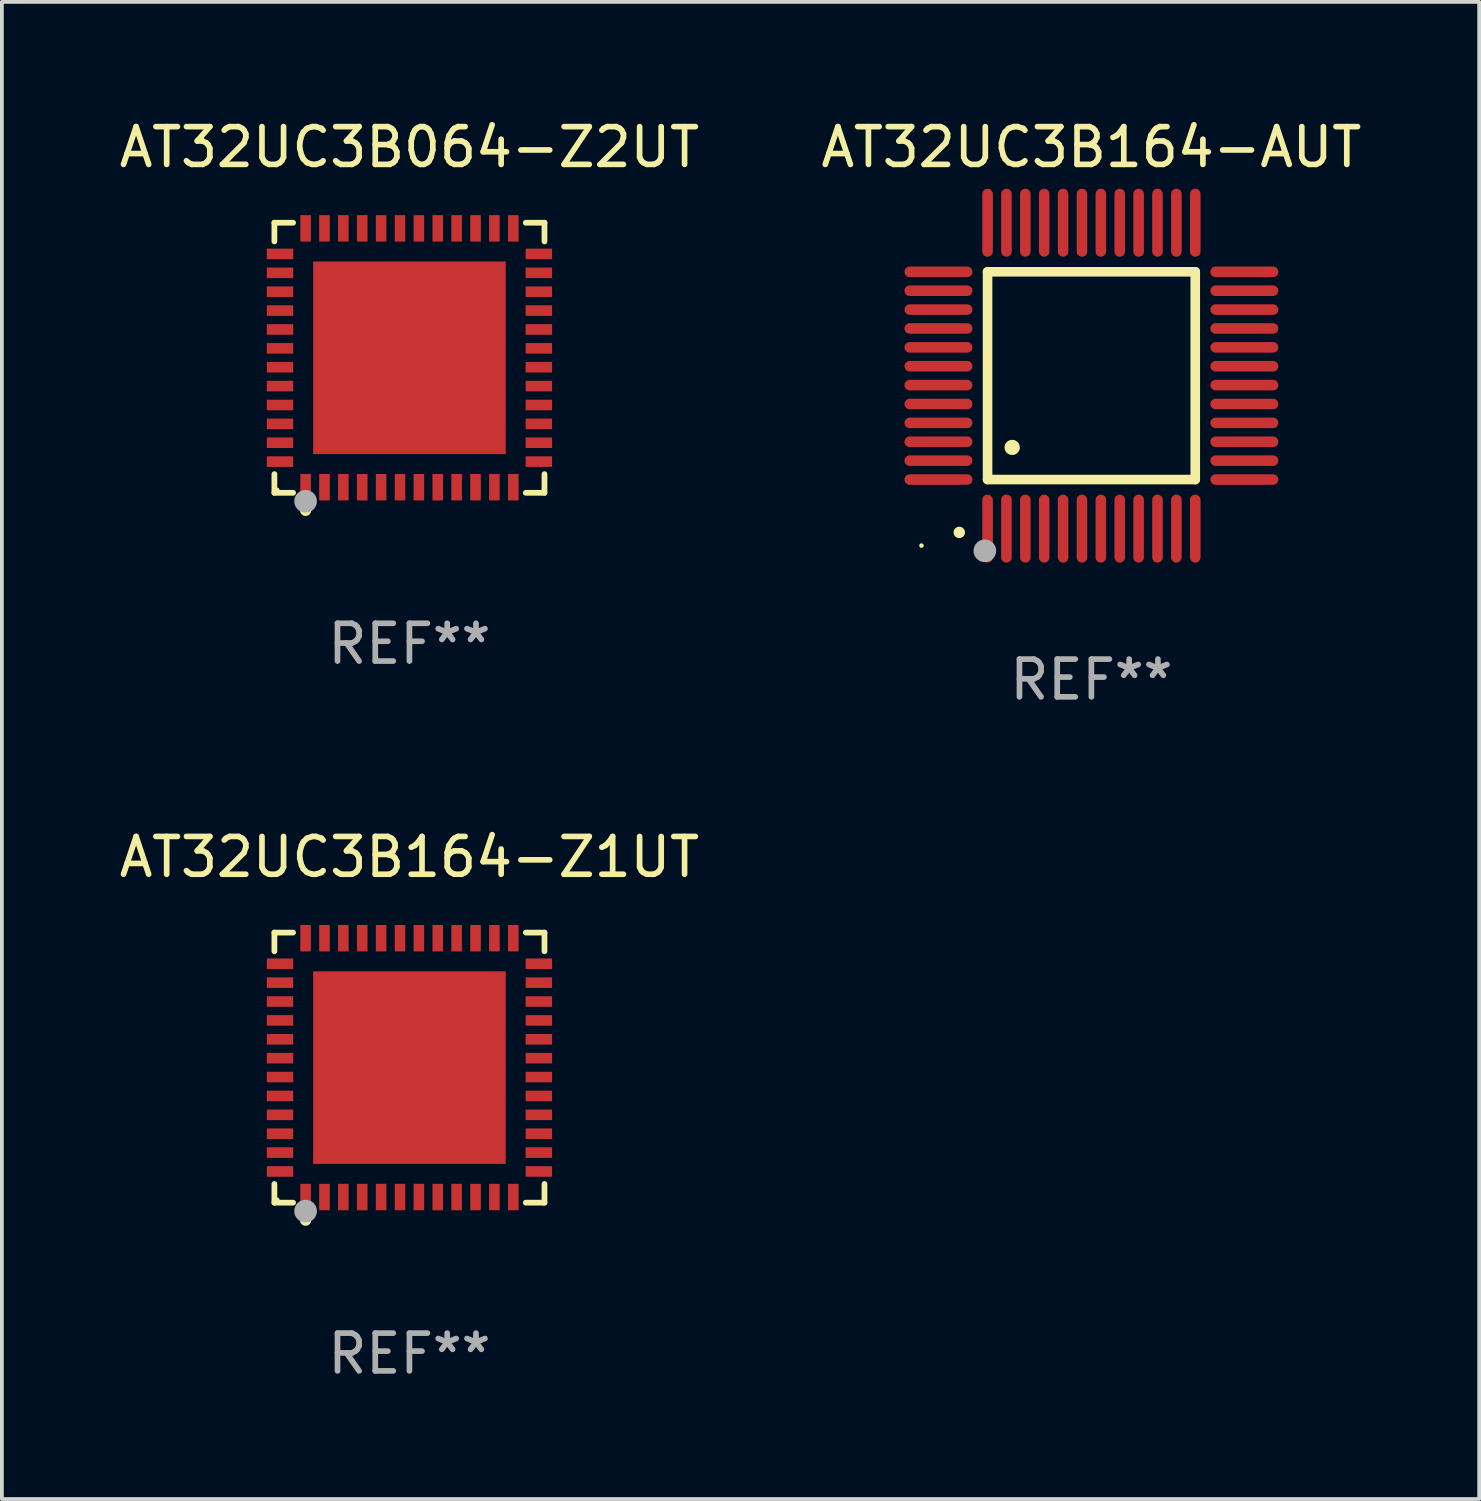
<source format=kicad_pcb>
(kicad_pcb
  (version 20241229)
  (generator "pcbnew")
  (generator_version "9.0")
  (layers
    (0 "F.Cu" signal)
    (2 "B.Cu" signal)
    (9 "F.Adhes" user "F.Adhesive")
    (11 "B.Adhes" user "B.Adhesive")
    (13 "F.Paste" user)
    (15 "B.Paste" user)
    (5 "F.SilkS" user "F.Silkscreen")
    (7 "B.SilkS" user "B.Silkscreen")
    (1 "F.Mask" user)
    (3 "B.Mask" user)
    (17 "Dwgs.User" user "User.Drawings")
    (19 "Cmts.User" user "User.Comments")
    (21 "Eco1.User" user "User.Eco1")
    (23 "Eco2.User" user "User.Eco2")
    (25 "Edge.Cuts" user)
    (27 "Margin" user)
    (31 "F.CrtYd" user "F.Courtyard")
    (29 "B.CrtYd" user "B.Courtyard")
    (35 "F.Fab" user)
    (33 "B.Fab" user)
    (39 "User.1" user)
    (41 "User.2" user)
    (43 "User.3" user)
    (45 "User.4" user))
  (footprint "AT32UC3B064-Z2UT"
    (layer "F.Cu")
    (at 7.792 6.424)
    (property "Reference" "AT32UC3B064-Z2UT" (at 0 -5.576 0) (layer "F.SilkS") (effects (font (size 1 1) (thickness 0.15))))
    (attr through_hole)
    (fp_line (start -3.576 -3.576) (end -3.081 -3.576) (stroke (width 0.152) (type solid)) (layer "F.SilkS"))
    (fp_line (start -3.576 -3.081) (end -3.576 -3.576) (stroke (width 0.152) (type solid)) (layer "F.SilkS"))
    (fp_line (start -3.576 3.081) (end -3.576 3.576) (stroke (width 0.152) (type solid)) (layer "F.SilkS"))
    (fp_line (start -3.576 3.576) (end -3.081 3.576) (stroke (width 0.152) (type solid)) (layer "F.SilkS"))
    (fp_line (start 3.576 -3.576) (end 3.081 -3.576) (stroke (width 0.152) (type solid)) (layer "F.SilkS"))
    (fp_line (start 3.576 -3.081) (end 3.576 -3.576) (stroke (width 0.152) (type solid)) (layer "F.SilkS"))
    (fp_line (start 3.576 3.081) (end 3.576 3.576) (stroke (width 0.152) (type solid)) (layer "F.SilkS"))
    (fp_line (start 3.576 3.576) (end 3.081 3.576) (stroke (width 0.152) (type solid)) (layer "F.SilkS"))
    (fp_circle (center -3.5 3.5) (end -3.47 3.5) (stroke (width 0.06) (type solid)) (fill no) (layer "F.SilkS"))
    (fp_circle (center -2.75 4.04) (end -2.675 4.04) (stroke (width 0.15) (type solid)) (fill no) (layer "F.SilkS"))
    (fp_circle (center -2.75 3.8) (end -2.6 3.8) (stroke (width 0.3) (type solid)) (fill no) (layer "F.Fab"))
    (fp_text user "REF**" (at 0 7.576 0) (layer "F.Fab") (effects (font (size 1 1) (thickness 0.15))))
    (pad "1" smd rect (at -2.75 3.427) (size 0.28 0.7) (layers "F.Cu" "F.Mask" "F.Paste"))
    (pad "2" smd rect (at -2.25 3.427) (size 0.28 0.7) (layers "F.Cu" "F.Mask" "F.Paste"))
    (pad "3" smd rect (at -1.75 3.427) (size 0.28 0.7) (layers "F.Cu" "F.Mask" "F.Paste"))
    (pad "4" smd rect (at -1.25 3.427) (size 0.28 0.7) (layers "F.Cu" "F.Mask" "F.Paste"))
    (pad "5" smd rect (at -0.75 3.427) (size 0.28 0.7) (layers "F.Cu" "F.Mask" "F.Paste"))
    (pad "6" smd rect (at -0.25 3.427) (size 0.28 0.7) (layers "F.Cu" "F.Mask" "F.Paste"))
    (pad "7" smd rect (at 0.25 3.427) (size 0.28 0.7) (layers "F.Cu" "F.Mask" "F.Paste"))
    (pad "8" smd rect (at 0.75 3.427) (size 0.28 0.7) (layers "F.Cu" "F.Mask" "F.Paste"))
    (pad "9" smd rect (at 1.25 3.427) (size 0.28 0.7) (layers "F.Cu" "F.Mask" "F.Paste"))
    (pad "10" smd rect (at 1.75 3.427) (size 0.28 0.7) (layers "F.Cu" "F.Mask" "F.Paste"))
    (pad "11" smd rect (at 2.25 3.427) (size 0.28 0.7) (layers "F.Cu" "F.Mask" "F.Paste"))
    (pad "12" smd rect (at 2.75 3.427) (size 0.28 0.7) (layers "F.Cu" "F.Mask" "F.Paste"))
    (pad "13" smd rect (at 3.427 2.75) (size 0.7 0.28) (layers "F.Cu" "F.Mask" "F.Paste"))
    (pad "14" smd rect (at 3.427 2.25) (size 0.7 0.28) (layers "F.Cu" "F.Mask" "F.Paste"))
    (pad "15" smd rect (at 3.427 1.75) (size 0.7 0.28) (layers "F.Cu" "F.Mask" "F.Paste"))
    (pad "16" smd rect (at 3.427 1.25) (size 0.7 0.28) (layers "F.Cu" "F.Mask" "F.Paste"))
    (pad "17" smd rect (at 3.427 0.75) (size 0.7 0.28) (layers "F.Cu" "F.Mask" "F.Paste"))
    (pad "18" smd rect (at 3.427 0.25) (size 0.7 0.28) (layers "F.Cu" "F.Mask" "F.Paste"))
    (pad "19" smd rect (at 3.427 -0.25) (size 0.7 0.28) (layers "F.Cu" "F.Mask" "F.Paste"))
    (pad "20" smd rect (at 3.427 -0.75) (size 0.7 0.28) (layers "F.Cu" "F.Mask" "F.Paste"))
    (pad "21" smd rect (at 3.427 -1.25) (size 0.7 0.28) (layers "F.Cu" "F.Mask" "F.Paste"))
    (pad "22" smd rect (at 3.427 -1.75) (size 0.7 0.28) (layers "F.Cu" "F.Mask" "F.Paste"))
    (pad "23" smd rect (at 3.427 -2.25) (size 0.7 0.28) (layers "F.Cu" "F.Mask" "F.Paste"))
    (pad "24" smd rect (at 3.427 -2.75) (size 0.7 0.28) (layers "F.Cu" "F.Mask" "F.Paste"))
    (pad "25" smd rect (at 2.75 -3.427) (size 0.28 0.7) (layers "F.Cu" "F.Mask" "F.Paste"))
    (pad "26" smd rect (at 2.25 -3.427) (size 0.28 0.7) (layers "F.Cu" "F.Mask" "F.Paste"))
    (pad "27" smd rect (at 1.75 -3.427) (size 0.28 0.7) (layers "F.Cu" "F.Mask" "F.Paste"))
    (pad "28" smd rect (at 1.25 -3.427) (size 0.28 0.7) (layers "F.Cu" "F.Mask" "F.Paste"))
    (pad "29" smd rect (at 0.75 -3.427) (size 0.28 0.7) (layers "F.Cu" "F.Mask" "F.Paste"))
    (pad "30" smd rect (at 0.25 -3.427) (size 0.28 0.7) (layers "F.Cu" "F.Mask" "F.Paste"))
    (pad "31" smd rect (at -0.25 -3.427) (size 0.28 0.7) (layers "F.Cu" "F.Mask" "F.Paste"))
    (pad "32" smd rect (at -0.75 -3.427) (size 0.28 0.7) (layers "F.Cu" "F.Mask" "F.Paste"))
    (pad "33" smd rect (at -1.25 -3.427) (size 0.28 0.7) (layers "F.Cu" "F.Mask" "F.Paste"))
    (pad "34" smd rect (at -1.75 -3.427) (size 0.28 0.7) (layers "F.Cu" "F.Mask" "F.Paste"))
    (pad "35" smd rect (at -2.25 -3.427) (size 0.28 0.7) (layers "F.Cu" "F.Mask" "F.Paste"))
    (pad "36" smd rect (at -2.75 -3.427) (size 0.28 0.7) (layers "F.Cu" "F.Mask" "F.Paste"))
    (pad "37" smd rect (at -3.427 -2.75) (size 0.7 0.28) (layers "F.Cu" "F.Mask" "F.Paste"))
    (pad "38" smd rect (at -3.427 -2.25) (size 0.7 0.28) (layers "F.Cu" "F.Mask" "F.Paste"))
    (pad "39" smd rect (at -3.427 -1.75) (size 0.7 0.28) (layers "F.Cu" "F.Mask" "F.Paste"))
    (pad "40" smd rect (at -3.427 -1.25) (size 0.7 0.28) (layers "F.Cu" "F.Mask" "F.Paste"))
    (pad "41" smd rect (at -3.427 -0.75) (size 0.7 0.28) (layers "F.Cu" "F.Mask" "F.Paste"))
    (pad "42" smd rect (at -3.427 -0.25) (size 0.7 0.28) (layers "F.Cu" "F.Mask" "F.Paste"))
    (pad "43" smd rect (at -3.427 0.25) (size 0.7 0.28) (layers "F.Cu" "F.Mask" "F.Paste"))
    (pad "44" smd rect (at -3.427 0.75) (size 0.7 0.28) (layers "F.Cu" "F.Mask" "F.Paste"))
    (pad "45" smd rect (at -3.427 1.25) (size 0.7 0.28) (layers "F.Cu" "F.Mask" "F.Paste"))
    (pad "46" smd rect (at -3.427 1.75) (size 0.7 0.28) (layers "F.Cu" "F.Mask" "F.Paste"))
    (pad "47" smd rect (at -3.427 2.25) (size 0.7 0.28) (layers "F.Cu" "F.Mask" "F.Paste"))
    (pad "48" smd rect (at -3.427 2.75) (size 0.7 0.28) (layers "F.Cu" "F.Mask" "F.Paste"))
    (pad "49" smd rect (at 0 0) (size 5.1 5.1) (layers "F.Cu" "F.Mask" "F.Paste")))
  (footprint "AT32UC3B164-Z1UT"
    (layer "F.Cu")
    (at 7.792 25.221)
    (property "Reference" "AT32UC3B164-Z1UT" (at 0 -5.576 0) (layer "F.SilkS") (effects (font (size 1 1) (thickness 0.15))))
    (attr through_hole)
    (fp_line (start -3.576 -3.576) (end -3.081 -3.576) (stroke (width 0.152) (type solid)) (layer "F.SilkS"))
    (fp_line (start -3.576 -3.081) (end -3.576 -3.576) (stroke (width 0.152) (type solid)) (layer "F.SilkS"))
    (fp_line (start -3.576 3.081) (end -3.576 3.576) (stroke (width 0.152) (type solid)) (layer "F.SilkS"))
    (fp_line (start -3.576 3.576) (end -3.081 3.576) (stroke (width 0.152) (type solid)) (layer "F.SilkS"))
    (fp_line (start 3.576 -3.576) (end 3.081 -3.576) (stroke (width 0.152) (type solid)) (layer "F.SilkS"))
    (fp_line (start 3.576 -3.081) (end 3.576 -3.576) (stroke (width 0.152) (type solid)) (layer "F.SilkS"))
    (fp_line (start 3.576 3.081) (end 3.576 3.576) (stroke (width 0.152) (type solid)) (layer "F.SilkS"))
    (fp_line (start 3.576 3.576) (end 3.081 3.576) (stroke (width 0.152) (type solid)) (layer "F.SilkS"))
    (fp_circle (center -3.5 3.5) (end -3.47 3.5) (stroke (width 0.06) (type solid)) (fill no) (layer "F.SilkS"))
    (fp_circle (center -2.75 4.04) (end -2.675 4.04) (stroke (width 0.15) (type solid)) (fill no) (layer "F.SilkS"))
    (fp_circle (center -2.75 3.8) (end -2.6 3.8) (stroke (width 0.3) (type solid)) (fill no) (layer "F.Fab"))
    (fp_text user "REF**" (at 0 7.576 0) (layer "F.Fab") (effects (font (size 1 1) (thickness 0.15))))
    (pad "1" smd rect (at -2.75 3.427) (size 0.28 0.7) (layers "F.Cu" "F.Mask" "F.Paste"))
    (pad "2" smd rect (at -2.25 3.427) (size 0.28 0.7) (layers "F.Cu" "F.Mask" "F.Paste"))
    (pad "3" smd rect (at -1.75 3.427) (size 0.28 0.7) (layers "F.Cu" "F.Mask" "F.Paste"))
    (pad "4" smd rect (at -1.25 3.427) (size 0.28 0.7) (layers "F.Cu" "F.Mask" "F.Paste"))
    (pad "5" smd rect (at -0.75 3.427) (size 0.28 0.7) (layers "F.Cu" "F.Mask" "F.Paste"))
    (pad "6" smd rect (at -0.25 3.427) (size 0.28 0.7) (layers "F.Cu" "F.Mask" "F.Paste"))
    (pad "7" smd rect (at 0.25 3.427) (size 0.28 0.7) (layers "F.Cu" "F.Mask" "F.Paste"))
    (pad "8" smd rect (at 0.75 3.427) (size 0.28 0.7) (layers "F.Cu" "F.Mask" "F.Paste"))
    (pad "9" smd rect (at 1.25 3.427) (size 0.28 0.7) (layers "F.Cu" "F.Mask" "F.Paste"))
    (pad "10" smd rect (at 1.75 3.427) (size 0.28 0.7) (layers "F.Cu" "F.Mask" "F.Paste"))
    (pad "11" smd rect (at 2.25 3.427) (size 0.28 0.7) (layers "F.Cu" "F.Mask" "F.Paste"))
    (pad "12" smd rect (at 2.75 3.427) (size 0.28 0.7) (layers "F.Cu" "F.Mask" "F.Paste"))
    (pad "13" smd rect (at 3.427 2.75) (size 0.7 0.28) (layers "F.Cu" "F.Mask" "F.Paste"))
    (pad "14" smd rect (at 3.427 2.25) (size 0.7 0.28) (layers "F.Cu" "F.Mask" "F.Paste"))
    (pad "15" smd rect (at 3.427 1.75) (size 0.7 0.28) (layers "F.Cu" "F.Mask" "F.Paste"))
    (pad "16" smd rect (at 3.427 1.25) (size 0.7 0.28) (layers "F.Cu" "F.Mask" "F.Paste"))
    (pad "17" smd rect (at 3.427 0.75) (size 0.7 0.28) (layers "F.Cu" "F.Mask" "F.Paste"))
    (pad "18" smd rect (at 3.427 0.25) (size 0.7 0.28) (layers "F.Cu" "F.Mask" "F.Paste"))
    (pad "19" smd rect (at 3.427 -0.25) (size 0.7 0.28) (layers "F.Cu" "F.Mask" "F.Paste"))
    (pad "20" smd rect (at 3.427 -0.75) (size 0.7 0.28) (layers "F.Cu" "F.Mask" "F.Paste"))
    (pad "21" smd rect (at 3.427 -1.25) (size 0.7 0.28) (layers "F.Cu" "F.Mask" "F.Paste"))
    (pad "22" smd rect (at 3.427 -1.75) (size 0.7 0.28) (layers "F.Cu" "F.Mask" "F.Paste"))
    (pad "23" smd rect (at 3.427 -2.25) (size 0.7 0.28) (layers "F.Cu" "F.Mask" "F.Paste"))
    (pad "24" smd rect (at 3.427 -2.75) (size 0.7 0.28) (layers "F.Cu" "F.Mask" "F.Paste"))
    (pad "25" smd rect (at 2.75 -3.427) (size 0.28 0.7) (layers "F.Cu" "F.Mask" "F.Paste"))
    (pad "26" smd rect (at 2.25 -3.427) (size 0.28 0.7) (layers "F.Cu" "F.Mask" "F.Paste"))
    (pad "27" smd rect (at 1.75 -3.427) (size 0.28 0.7) (layers "F.Cu" "F.Mask" "F.Paste"))
    (pad "28" smd rect (at 1.25 -3.427) (size 0.28 0.7) (layers "F.Cu" "F.Mask" "F.Paste"))
    (pad "29" smd rect (at 0.75 -3.427) (size 0.28 0.7) (layers "F.Cu" "F.Mask" "F.Paste"))
    (pad "30" smd rect (at 0.25 -3.427) (size 0.28 0.7) (layers "F.Cu" "F.Mask" "F.Paste"))
    (pad "31" smd rect (at -0.25 -3.427) (size 0.28 0.7) (layers "F.Cu" "F.Mask" "F.Paste"))
    (pad "32" smd rect (at -0.75 -3.427) (size 0.28 0.7) (layers "F.Cu" "F.Mask" "F.Paste"))
    (pad "33" smd rect (at -1.25 -3.427) (size 0.28 0.7) (layers "F.Cu" "F.Mask" "F.Paste"))
    (pad "34" smd rect (at -1.75 -3.427) (size 0.28 0.7) (layers "F.Cu" "F.Mask" "F.Paste"))
    (pad "35" smd rect (at -2.25 -3.427) (size 0.28 0.7) (layers "F.Cu" "F.Mask" "F.Paste"))
    (pad "36" smd rect (at -2.75 -3.427) (size 0.28 0.7) (layers "F.Cu" "F.Mask" "F.Paste"))
    (pad "37" smd rect (at -3.427 -2.75) (size 0.7 0.28) (layers "F.Cu" "F.Mask" "F.Paste"))
    (pad "38" smd rect (at -3.427 -2.25) (size 0.7 0.28) (layers "F.Cu" "F.Mask" "F.Paste"))
    (pad "39" smd rect (at -3.427 -1.75) (size 0.7 0.28) (layers "F.Cu" "F.Mask" "F.Paste"))
    (pad "40" smd rect (at -3.427 -1.25) (size 0.7 0.28) (layers "F.Cu" "F.Mask" "F.Paste"))
    (pad "41" smd rect (at -3.427 -0.75) (size 0.7 0.28) (layers "F.Cu" "F.Mask" "F.Paste"))
    (pad "42" smd rect (at -3.427 -0.25) (size 0.7 0.28) (layers "F.Cu" "F.Mask" "F.Paste"))
    (pad "43" smd rect (at -3.427 0.25) (size 0.7 0.28) (layers "F.Cu" "F.Mask" "F.Paste"))
    (pad "44" smd rect (at -3.427 0.75) (size 0.7 0.28) (layers "F.Cu" "F.Mask" "F.Paste"))
    (pad "45" smd rect (at -3.427 1.25) (size 0.7 0.28) (layers "F.Cu" "F.Mask" "F.Paste"))
    (pad "46" smd rect (at -3.427 1.75) (size 0.7 0.28) (layers "F.Cu" "F.Mask" "F.Paste"))
    (pad "47" smd rect (at -3.427 2.25) (size 0.7 0.28) (layers "F.Cu" "F.Mask" "F.Paste"))
    (pad "48" smd rect (at -3.427 2.75) (size 0.7 0.28) (layers "F.Cu" "F.Mask" "F.Paste"))
    (pad "49" smd rect (at 0 0) (size 5.1 5.1) (layers "F.Cu" "F.Mask" "F.Paste")))
  (footprint "AT32UC3B164-AUT"
    (layer "F.Cu")
    (at 25.851 6.898)
    (property "Reference" "AT32UC3B164-AUT" (at 0 -6.05 0) (layer "F.SilkS") (effects (font (size 1 1) (thickness 0.15))))
    (attr through_hole)
    (fp_line (start -2.75 -2.75) (end 2.75 -2.75) (stroke (width 0.254) (type solid)) (layer "F.SilkS"))
    (fp_line (start -2.75 2.75) (end -2.75 -2.75) (stroke (width 0.254) (type solid)) (layer "F.SilkS"))
    (fp_line (start 2.75 -2.75) (end 2.75 2.75) (stroke (width 0.254) (type solid)) (layer "F.SilkS"))
    (fp_line (start 2.75 2.75) (end -2.75 2.75) (stroke (width 0.254) (type solid)) (layer "F.SilkS"))
    (fp_arc (start -3.500127 4.150368) (mid -3.498857 4.150363) (end -3.497587 4.150368) (stroke (width 0.3) (type solid)) (layer "F.SilkS"))
    (fp_arc (start -2.100584 1.899924) (mid -2.098044 1.899908) (end -2.095504 1.899924) (stroke (width 0.4) (type solid)) (layer "F.SilkS"))
    (fp_circle (center -4.5 4.5) (end -4.47 4.5) (stroke (width 0.06) (type solid)) (fill no) (layer "F.SilkS"))
    (fp_circle (center -2.822 4.638) (end -2.672 4.638) (stroke (width 0.3) (type solid)) (fill no) (layer "F.Fab"))
    (fp_text user "REF**" (at 0 8.05 0) (layer "F.Fab") (effects (font (size 1 1) (thickness 0.15))))
    (pad "1" smd oval (at -2.75 4.05) (size 0.28 1.8) (layers "F.Cu" "F.Mask" "F.Paste"))
    (pad "2" smd oval (at -2.25 4.05) (size 0.28 1.8) (layers "F.Cu" "F.Mask" "F.Paste"))
    (pad "3" smd oval (at -1.75 4.05) (size 0.28 1.8) (layers "F.Cu" "F.Mask" "F.Paste"))
    (pad "4" smd oval (at -1.25 4.05) (size 0.28 1.8) (layers "F.Cu" "F.Mask" "F.Paste"))
    (pad "5" smd oval (at -0.75 4.05) (size 0.28 1.8) (layers "F.Cu" "F.Mask" "F.Paste"))
    (pad "6" smd oval (at -0.25 4.05) (size 0.28 1.8) (layers "F.Cu" "F.Mask" "F.Paste"))
    (pad "7" smd oval (at 0.25 4.05) (size 0.28 1.8) (layers "F.Cu" "F.Mask" "F.Paste"))
    (pad "8" smd oval (at 0.75 4.05) (size 0.28 1.8) (layers "F.Cu" "F.Mask" "F.Paste"))
    (pad "9" smd oval (at 1.25 4.05) (size 0.28 1.8) (layers "F.Cu" "F.Mask" "F.Paste"))
    (pad "10" smd oval (at 1.75 4.05) (size 0.28 1.8) (layers "F.Cu" "F.Mask" "F.Paste"))
    (pad "11" smd oval (at 2.25 4.05) (size 0.28 1.8) (layers "F.Cu" "F.Mask" "F.Paste"))
    (pad "12" smd oval (at 2.75 4.05) (size 0.28 1.8) (layers "F.Cu" "F.Mask" "F.Paste"))
    (pad "13" smd oval (at 4.05 2.75) (size 1.8 0.28) (layers "F.Cu" "F.Mask" "F.Paste"))
    (pad "14" smd oval (at 4.05 2.25) (size 1.8 0.28) (layers "F.Cu" "F.Mask" "F.Paste"))
    (pad "15" smd oval (at 4.05 1.75) (size 1.8 0.28) (layers "F.Cu" "F.Mask" "F.Paste"))
    (pad "16" smd oval (at 4.05 1.25) (size 1.8 0.28) (layers "F.Cu" "F.Mask" "F.Paste"))
    (pad "17" smd oval (at 4.05 0.75) (size 1.8 0.28) (layers "F.Cu" "F.Mask" "F.Paste"))
    (pad "18" smd oval (at 4.05 0.25) (size 1.8 0.28) (layers "F.Cu" "F.Mask" "F.Paste"))
    (pad "19" smd oval (at 4.05 -0.25) (size 1.8 0.28) (layers "F.Cu" "F.Mask" "F.Paste"))
    (pad "20" smd oval (at 4.05 -0.75) (size 1.8 0.28) (layers "F.Cu" "F.Mask" "F.Paste"))
    (pad "21" smd oval (at 4.05 -1.25) (size 1.8 0.28) (layers "F.Cu" "F.Mask" "F.Paste"))
    (pad "22" smd oval (at 4.05 -1.75) (size 1.8 0.28) (layers "F.Cu" "F.Mask" "F.Paste"))
    (pad "23" smd oval (at 4.05 -2.25) (size 1.8 0.28) (layers "F.Cu" "F.Mask" "F.Paste"))
    (pad "24" smd oval (at 4.05 -2.75) (size 1.8 0.28) (layers "F.Cu" "F.Mask" "F.Paste"))
    (pad "25" smd oval (at 2.75 -4.05) (size 0.28 1.8) (layers "F.Cu" "F.Mask" "F.Paste"))
    (pad "26" smd oval (at 2.25 -4.05) (size 0.28 1.8) (layers "F.Cu" "F.Mask" "F.Paste"))
    (pad "27" smd oval (at 1.75 -4.05) (size 0.28 1.8) (layers "F.Cu" "F.Mask" "F.Paste"))
    (pad "28" smd oval (at 1.25 -4.05) (size 0.28 1.8) (layers "F.Cu" "F.Mask" "F.Paste"))
    (pad "29" smd oval (at 0.75 -4.05) (size 0.28 1.8) (layers "F.Cu" "F.Mask" "F.Paste"))
    (pad "30" smd oval (at 0.25 -4.05) (size 0.28 1.8) (layers "F.Cu" "F.Mask" "F.Paste"))
    (pad "31" smd oval (at -0.25 -4.05) (size 0.28 1.8) (layers "F.Cu" "F.Mask" "F.Paste"))
    (pad "32" smd oval (at -0.75 -4.05) (size 0.28 1.8) (layers "F.Cu" "F.Mask" "F.Paste"))
    (pad "33" smd oval (at -1.25 -4.05) (size 0.28 1.8) (layers "F.Cu" "F.Mask" "F.Paste"))
    (pad "34" smd oval (at -1.75 -4.05) (size 0.28 1.8) (layers "F.Cu" "F.Mask" "F.Paste"))
    (pad "35" smd oval (at -2.25 -4.05) (size 0.28 1.8) (layers "F.Cu" "F.Mask" "F.Paste"))
    (pad "36" smd oval (at -2.75 -4.05) (size 0.28 1.8) (layers "F.Cu" "F.Mask" "F.Paste"))
    (pad "37" smd oval (at -4.05 -2.75) (size 1.8 0.28) (layers "F.Cu" "F.Mask" "F.Paste"))
    (pad "38" smd oval (at -4.05 -2.25) (size 1.8 0.28) (layers "F.Cu" "F.Mask" "F.Paste"))
    (pad "39" smd oval (at -4.05 -1.75) (size 1.8 0.28) (layers "F.Cu" "F.Mask" "F.Paste"))
    (pad "40" smd oval (at -4.05 -1.25) (size 1.8 0.28) (layers "F.Cu" "F.Mask" "F.Paste"))
    (pad "41" smd oval (at -4.05 -0.75) (size 1.8 0.28) (layers "F.Cu" "F.Mask" "F.Paste"))
    (pad "42" smd oval (at -4.05 -0.25) (size 1.8 0.28) (layers "F.Cu" "F.Mask" "F.Paste"))
    (pad "43" smd oval (at -4.05 0.25) (size 1.8 0.28) (layers "F.Cu" "F.Mask" "F.Paste"))
    (pad "44" smd oval (at -4.05 0.75) (size 1.8 0.28) (layers "F.Cu" "F.Mask" "F.Paste"))
    (pad "45" smd oval (at -4.05 1.25) (size 1.8 0.28) (layers "F.Cu" "F.Mask" "F.Paste"))
    (pad "46" smd oval (at -4.05 1.75) (size 1.8 0.28) (layers "F.Cu" "F.Mask" "F.Paste"))
    (pad "47" smd oval (at -4.05 2.25) (size 1.8 0.28) (layers "F.Cu" "F.Mask" "F.Paste"))
    (pad "48" smd oval (at -4.05 2.75) (size 1.8 0.28) (layers "F.Cu" "F.Mask" "F.Paste")))
  (gr_rect
    (start -3 -3)
    (end 36.119 36.645)
    (stroke (width 0.1) (type default))
    (fill no)
    (layer "Edge.Cuts")))
</source>
